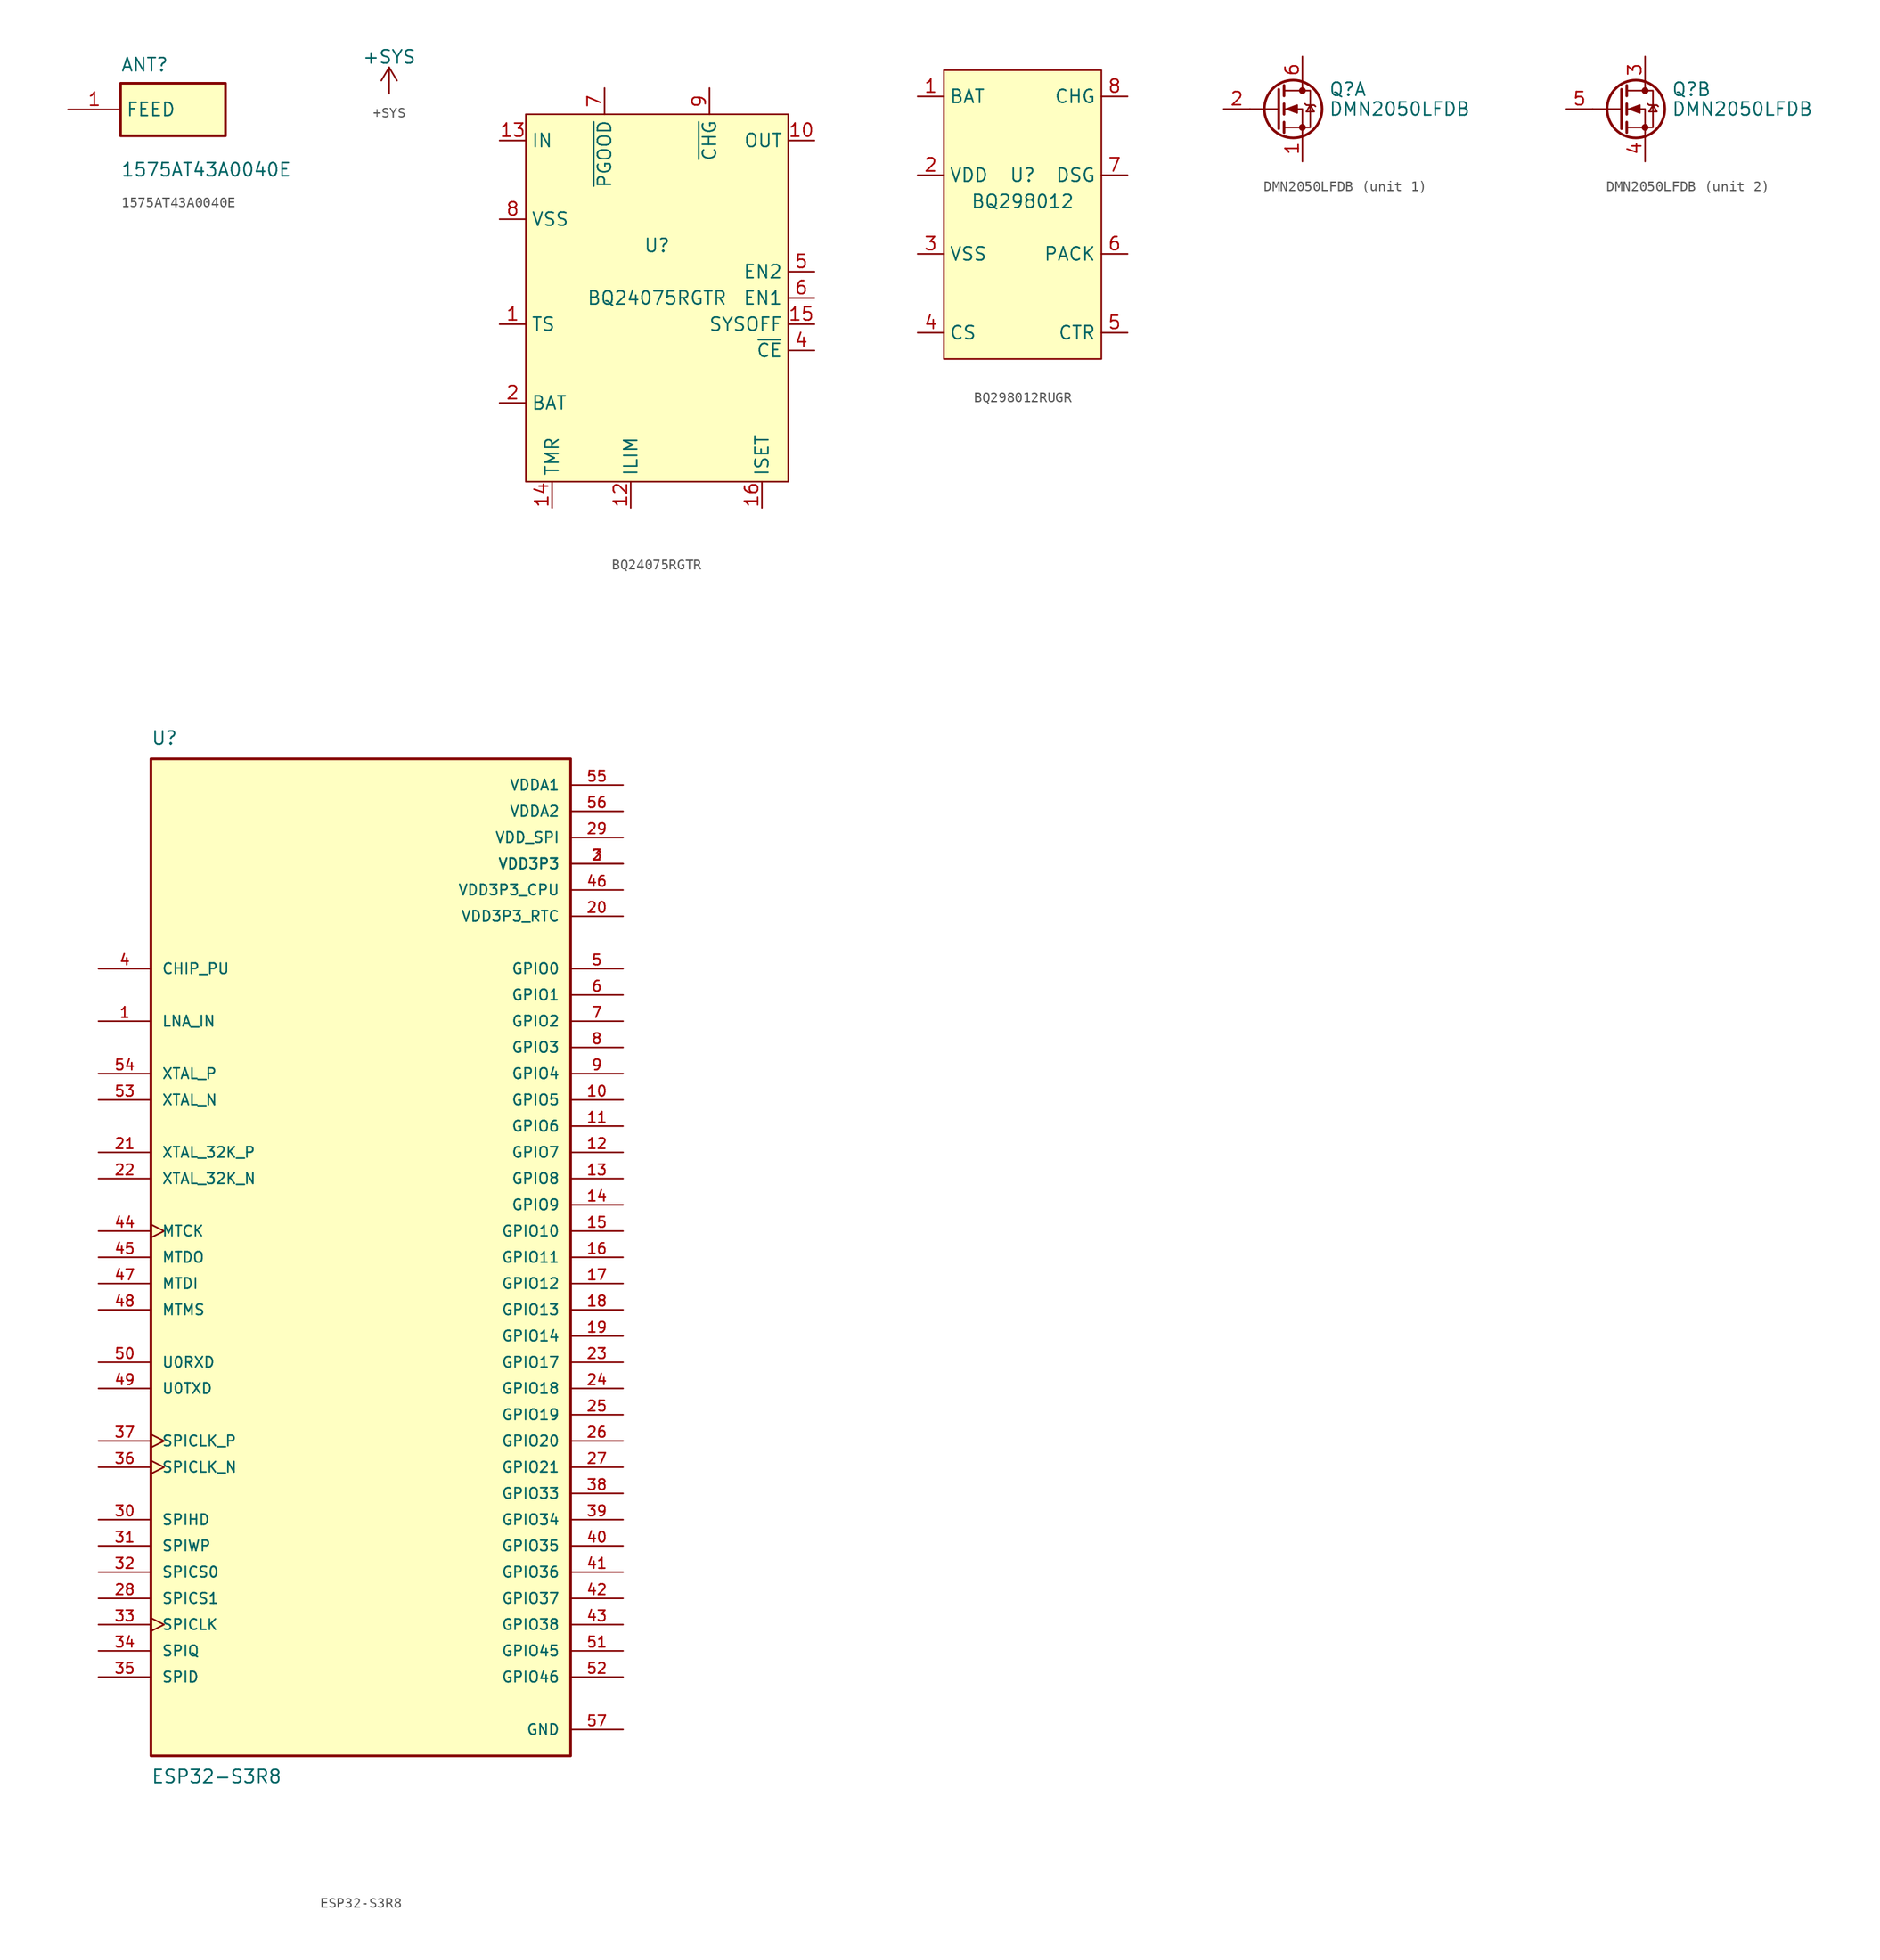
<source format=kicad_sym>
(kicad_symbol_lib
  (version 20220914)
  (generator kicad_symbol_editor)
  (symbol "1575AT43A0040E"
    (property "Reference" "ANT"
      (at -5.08 5.08 0)
      (effects (font (size 1.27 1.27)) (justify left top)))
    (property "Value" "1575AT43A0040E"
      (at -5.08 -5.08 0)
      (effects (font (size 1.27 1.27)) (justify left top)))
    (symbol "1575AT43A0040E_1_1"
      (rectangle (start -5.08 2.54) (end 5.08 -2.54) (stroke (width 0.254) (type default)) (fill (type background)))
      (pin input line (at -10.16 0 0) (length 5.08) (name "FEED" (effects (font (size 1.27 1.27)))) (number "1" (effects (font (size 1.27 1.27)))))
      (pin no_connect line (at 10.16 0 180) (length 5.08) hide (name "NC" (effects (font (size 1.27 1.27)))) (number "2" (effects (font (size 1.27 1.27)))))))
  (symbol "+SYS"
    (power)
    (pin_names
      (offset 0))
    (property "Reference" "#PWR"
      (at 0 -3.81 0)
      (effects (font (size 1.27 1.27)) hide))
    (property "Value" "+SYS"
      (at 0 3.556 0)
      (effects (font (size 1.27 1.27))))
    (symbol "+SYS_0_1"
      (polyline (pts (xy -0.762 1.27) (xy 0 2.54)) (stroke (width 0) (type default)) (fill (type none)))
      (polyline (pts (xy 0 0) (xy 0 2.54)) (stroke (width 0) (type default)) (fill (type none)))
      (polyline (pts (xy 0 2.54) (xy 0.762 1.27)) (stroke (width 0) (type default)) (fill (type none))))
    (symbol "+SYS_1_1"
      (pin power_in line (at 0 0 90) (length 0) hide (name "+SYS" (effects (font (size 1.27 1.27)))) (number "1" (effects (font (size 1.27 1.27)))))))
  (symbol "BQ24075RGTR"
    (property "Reference" "U"
      (at 0 5.08 0)
      (effects (font (size 1.27 1.27))))
    (property "Value" "BQ24075RGTR"
      (at 0 0 0)
      (effects (font (size 1.27 1.27))))
    (symbol "BQ24075RGTR_0_1"
      (rectangle (start -12.7 17.78) (end 12.7 -17.78) (stroke (width 0) (type default)) (fill (type background))))
    (symbol "BQ24075RGTR_1_1"
      (pin input line (at -15.24 -2.54 0) (length 2.54) (name "TS" (effects (font (size 1.27 1.27)))) (number "1" (effects (font (size 1.27 1.27)))))
      (pin power_out line (at 15.24 15.24 180) (length 2.54) (name "OUT" (effects (font (size 1.27 1.27)))) (number "10" (effects (font (size 1.27 1.27)))))
      (pin power_out line (at 15.24 15.24 180) (length 2.54) hide (name "OUT" (effects (font (size 1.27 1.27)))) (number "11" (effects (font (size 1.27 1.27)))))
      (pin input line (at -2.54 -20.32 90) (length 2.54) (name "ILIM" (effects (font (size 1.27 1.27)))) (number "12" (effects (font (size 1.27 1.27)))))
      (pin power_in line (at -15.24 15.24 0) (length 2.54) (name "IN" (effects (font (size 1.27 1.27)))) (number "13" (effects (font (size 1.27 1.27)))))
      (pin input line (at -10.16 -20.32 90) (length 2.54) (name "TMR" (effects (font (size 1.27 1.27)))) (number "14" (effects (font (size 1.27 1.27)))))
      (pin input line (at 15.24 -2.54 180) (length 2.54) (name "SYSOFF" (effects (font (size 1.27 1.27)))) (number "15" (effects (font (size 1.27 1.27)))))
      (pin bidirectional line (at 10.16 -20.32 90) (length 2.54) (name "ISET" (effects (font (size 1.27 1.27)))) (number "16" (effects (font (size 1.27 1.27)))))
      (pin power_in line (at -15.24 7.62 0) (length 2.54) hide (name "EP" (effects (font (size 1.27 1.27)))) (number "17" (effects (font (size 1.27 1.27)))))
      (pin power_in line (at -15.24 -10.16 0) (length 2.54) (name "BAT" (effects (font (size 1.27 1.27)))) (number "2" (effects (font (size 1.27 1.27)))))
      (pin power_in line (at -15.24 -10.16 0) (length 2.54) hide (name "BAT" (effects (font (size 1.27 1.27)))) (number "3" (effects (font (size 1.27 1.27)))))
      (pin input line (at 15.24 -5.08 180) (length 2.54) (name "~{CE}" (effects (font (size 1.27 1.27)))) (number "4" (effects (font (size 1.27 1.27)))))
      (pin input line (at 15.24 2.54 180) (length 2.54) (name "EN2" (effects (font (size 1.27 1.27)))) (number "5" (effects (font (size 1.27 1.27)))))
      (pin input line (at 15.24 0 180) (length 2.54) (name "EN1" (effects (font (size 1.27 1.27)))) (number "6" (effects (font (size 1.27 1.27)))))
      (pin open_collector line (at -5.08 20.32 270) (length 2.54) (name "~{PGOOD}" (effects (font (size 1.27 1.27)))) (number "7" (effects (font (size 1.27 1.27)))))
      (pin power_in line (at -15.24 7.62 0) (length 2.54) (name "VSS" (effects (font (size 1.27 1.27)))) (number "8" (effects (font (size 1.27 1.27)))))
      (pin open_collector line (at 5.08 20.32 270) (length 2.54) (name "~{CHG}" (effects (font (size 1.27 1.27)))) (number "9" (effects (font (size 1.27 1.27)))))))
  (symbol "BQ298012RUGR"
    (property "Reference" "U"
      (at 0 2.54 0)
      (effects (font (size 1.27 1.27))))
    (property "Value" "BQ298012"
      (at 0 0 0)
      (effects (font (size 1.27 1.27))))
    (symbol "BQ298012RUGR_0_1"
      (rectangle (start -7.62 12.7) (end 7.62 -15.24) (stroke (width 0) (type default)) (fill (type background))))
    (symbol "BQ298012RUGR_1_1"
      (pin input line (at -10.16 10.16 0) (length 2.54) (name "BAT" (effects (font (size 1.27 1.27)))) (number "1" (effects (font (size 1.27 1.27)))))
      (pin power_in line (at -10.16 2.54 0) (length 2.54) (name "VDD" (effects (font (size 1.27 1.27)))) (number "2" (effects (font (size 1.27 1.27)))))
      (pin power_in line (at -10.16 -5.08 0) (length 2.54) (name "VSS" (effects (font (size 1.27 1.27)))) (number "3" (effects (font (size 1.27 1.27)))))
      (pin input line (at -10.16 -12.7 0) (length 2.54) (name "CS" (effects (font (size 1.27 1.27)))) (number "4" (effects (font (size 1.27 1.27)))))
      (pin input line (at 10.16 -12.7 180) (length 2.54) (name "CTR" (effects (font (size 1.27 1.27)))) (number "5" (effects (font (size 1.27 1.27)))))
      (pin input line (at 10.16 -5.08 180) (length 2.54) (name "PACK" (effects (font (size 1.27 1.27)))) (number "6" (effects (font (size 1.27 1.27)))))
      (pin output line (at 10.16 2.54 180) (length 2.54) (name "DSG" (effects (font (size 1.27 1.27)))) (number "7" (effects (font (size 1.27 1.27)))))
      (pin output line (at 10.16 10.16 180) (length 2.54) (name "CHG" (effects (font (size 1.27 1.27)))) (number "8" (effects (font (size 1.27 1.27)))))))
  (symbol "DMN2050LFDB"
    (pin_names hide)
    (property "Reference" "Q"
      (at 5.08 1.905 0)
      (effects (font (size 1.27 1.27)) (justify left)))
    (property "Value" "DMN2050LFDB"
      (at 5.08 0 0)
      (effects (font (size 1.27 1.27)) (justify left)))
    (symbol "DMN2050LFDB_0_1"
      (polyline (pts (xy 0.254 0) (xy -2.54 0)) (stroke (width 0) (type default)) (fill (type none)))
      (polyline (pts (xy 0.254 1.905) (xy 0.254 -1.905)) (stroke (width 0.254) (type default)) (fill (type none)))
      (polyline (pts (xy 0.762 -1.27) (xy 0.762 -2.286)) (stroke (width 0.254) (type default)) (fill (type none)))
      (polyline (pts (xy 0.762 0.508) (xy 0.762 -0.508)) (stroke (width 0.254) (type default)) (fill (type none)))
      (polyline (pts (xy 0.762 2.286) (xy 0.762 1.27)) (stroke (width 0.254) (type default)) (fill (type none)))
      (polyline (pts (xy 2.54 2.54) (xy 2.54 1.778)) (stroke (width 0) (type default)) (fill (type none)))
      (polyline (pts (xy 2.54 -2.54) (xy 2.54 0) (xy 0.762 0)) (stroke (width 0) (type default)) (fill (type none)))
      (polyline (pts (xy 0.762 -1.778) (xy 3.302 -1.778) (xy 3.302 1.778) (xy 0.762 1.778)) (stroke (width 0) (type default)) (fill (type none)))
      (polyline (pts (xy 1.016 0) (xy 2.032 0.381) (xy 2.032 -0.381) (xy 1.016 0)) (stroke (width 0) (type default)) (fill (type outline)))
      (polyline (pts (xy 2.794 0.508) (xy 2.921 0.381) (xy 3.683 0.381) (xy 3.81 0.254)) (stroke (width 0) (type default)) (fill (type none)))
      (polyline (pts (xy 3.302 0.381) (xy 2.921 -0.254) (xy 3.683 -0.254) (xy 3.302 0.381)) (stroke (width 0) (type default)) (fill (type none)))
      (circle (center 1.651 0) (radius 2.794) (stroke (width 0.254) (type default)) (fill (type none)))
      (circle (center 2.54 -1.778) (radius 0.254) (stroke (width 0) (type default)) (fill (type outline)))
      (circle (center 2.54 1.778) (radius 0.254) (stroke (width 0) (type default)) (fill (type outline))))
    (symbol "DMN2050LFDB_1_1"
      (pin passive line (at 2.54 -5.08 90) (length 2.54) (name "S" (effects (font (size 1.27 1.27)))) (number "1" (effects (font (size 1.27 1.27)))))
      (pin passive line (at -5.08 0 0) (length 2.54) (name "G" (effects (font (size 1.27 1.27)))) (number "2" (effects (font (size 1.27 1.27)))))
      (pin passive line (at 2.54 5.08 270) (length 2.54) (name "D" (effects (font (size 1.27 1.27)))) (number "6" (effects (font (size 1.27 1.27))))))
    (symbol "DMN2050LFDB_2_1"
      (pin passive line (at 2.54 5.08 270) (length 2.54) (name "D" (effects (font (size 1.27 1.27)))) (number "3" (effects (font (size 1.27 1.27)))))
      (pin passive line (at 2.54 -5.08 90) (length 2.54) (name "S" (effects (font (size 1.27 1.27)))) (number "4" (effects (font (size 1.27 1.27)))))
      (pin passive line (at -5.08 0 0) (length 2.54) (name "G" (effects (font (size 1.27 1.27)))) (number "5" (effects (font (size 1.27 1.27)))))))
  (symbol "ESP32-S3R8"
    (pin_names
      (offset 1.016))
    (property "Reference" "U"
      (at -20.32 49.53 0)
      (effects (font (size 1.27 1.27)) (justify left bottom)))
    (property "Value" "ESP32-S3R8"
      (at -20.32 -49.53 0)
      (effects (font (size 1.27 1.27)) (justify left top)))
    (symbol "ESP32-S3R8_0_0"
      (rectangle (start -20.32 -48.26) (end 20.32 48.26) (stroke (width 0.254) (type default)) (fill (type background)))
      (pin bidirectional line (at -25.4 22.86 0) (length 5.08) (name "LNA_IN" (effects (font (size 1.016 1.016)))) (number "1" (effects (font (size 1.016 1.016)))))
      (pin bidirectional line (at 25.4 15.24 180) (length 5.08) (name "GPIO5" (effects (font (size 1.016 1.016)))) (number "10" (effects (font (size 1.016 1.016)))))
      (pin bidirectional line (at 25.4 12.7 180) (length 5.08) (name "GPIO6" (effects (font (size 1.016 1.016)))) (number "11" (effects (font (size 1.016 1.016)))))
      (pin bidirectional line (at 25.4 10.16 180) (length 5.08) (name "GPIO7" (effects (font (size 1.016 1.016)))) (number "12" (effects (font (size 1.016 1.016)))))
      (pin bidirectional line (at 25.4 7.62 180) (length 5.08) (name "GPIO8" (effects (font (size 1.016 1.016)))) (number "13" (effects (font (size 1.016 1.016)))))
      (pin bidirectional line (at 25.4 5.08 180) (length 5.08) (name "GPIO9" (effects (font (size 1.016 1.016)))) (number "14" (effects (font (size 1.016 1.016)))))
      (pin bidirectional line (at 25.4 2.54 180) (length 5.08) (name "GPIO10" (effects (font (size 1.016 1.016)))) (number "15" (effects (font (size 1.016 1.016)))))
      (pin bidirectional line (at 25.4 0 180) (length 5.08) (name "GPIO11" (effects (font (size 1.016 1.016)))) (number "16" (effects (font (size 1.016 1.016)))))
      (pin bidirectional line (at 25.4 -2.54 180) (length 5.08) (name "GPIO12" (effects (font (size 1.016 1.016)))) (number "17" (effects (font (size 1.016 1.016)))))
      (pin bidirectional line (at 25.4 -5.08 180) (length 5.08) (name "GPIO13" (effects (font (size 1.016 1.016)))) (number "18" (effects (font (size 1.016 1.016)))))
      (pin bidirectional line (at 25.4 -7.62 180) (length 5.08) (name "GPIO14" (effects (font (size 1.016 1.016)))) (number "19" (effects (font (size 1.016 1.016)))))
      (pin power_in line (at 25.4 38.1 180) (length 5.08) (name "VDD3P3" (effects (font (size 1.016 1.016)))) (number "2" (effects (font (size 1.016 1.016)))))
      (pin power_in line (at 25.4 33.02 180) (length 5.08) (name "VDD3P3_RTC" (effects (font (size 1.016 1.016)))) (number "20" (effects (font (size 1.016 1.016)))))
      (pin bidirectional line (at -25.4 10.16 0) (length 5.08) (name "XTAL_32K_P" (effects (font (size 1.016 1.016)))) (number "21" (effects (font (size 1.016 1.016)))))
      (pin bidirectional line (at -25.4 7.62 0) (length 5.08) (name "XTAL_32K_N" (effects (font (size 1.016 1.016)))) (number "22" (effects (font (size 1.016 1.016)))))
      (pin bidirectional line (at 25.4 -10.16 180) (length 5.08) (name "GPIO17" (effects (font (size 1.016 1.016)))) (number "23" (effects (font (size 1.016 1.016)))))
      (pin bidirectional line (at 25.4 -12.7 180) (length 5.08) (name "GPIO18" (effects (font (size 1.016 1.016)))) (number "24" (effects (font (size 1.016 1.016)))))
      (pin bidirectional line (at 25.4 -15.24 180) (length 5.08) (name "GPIO19" (effects (font (size 1.016 1.016)))) (number "25" (effects (font (size 1.016 1.016)))))
      (pin bidirectional line (at 25.4 -17.78 180) (length 5.08) (name "GPIO20" (effects (font (size 1.016 1.016)))) (number "26" (effects (font (size 1.016 1.016)))))
      (pin bidirectional line (at 25.4 -20.32 180) (length 5.08) (name "GPIO21" (effects (font (size 1.016 1.016)))) (number "27" (effects (font (size 1.016 1.016)))))
      (pin bidirectional line (at -25.4 -33.02 0) (length 5.08) (name "SPICS1" (effects (font (size 1.016 1.016)))) (number "28" (effects (font (size 1.016 1.016)))))
      (pin power_in line (at 25.4 40.64 180) (length 5.08) (name "VDD_SPI" (effects (font (size 1.016 1.016)))) (number "29" (effects (font (size 1.016 1.016)))))
      (pin power_in line (at 25.4 38.1 180) (length 5.08) (name "VDD3P3" (effects (font (size 1.016 1.016)))) (number "3" (effects (font (size 1.016 1.016)))))
      (pin bidirectional line (at -25.4 -25.4 0) (length 5.08) (name "SPIHD" (effects (font (size 1.016 1.016)))) (number "30" (effects (font (size 1.016 1.016)))))
      (pin bidirectional line (at -25.4 -27.94 0) (length 5.08) (name "SPIWP" (effects (font (size 1.016 1.016)))) (number "31" (effects (font (size 1.016 1.016)))))
      (pin bidirectional line (at -25.4 -30.48 0) (length 5.08) (name "SPICS0" (effects (font (size 1.016 1.016)))) (number "32" (effects (font (size 1.016 1.016)))))
      (pin bidirectional clock (at -25.4 -35.56 0) (length 5.08) (name "SPICLK" (effects (font (size 1.016 1.016)))) (number "33" (effects (font (size 1.016 1.016)))))
      (pin bidirectional line (at -25.4 -38.1 0) (length 5.08) (name "SPIQ" (effects (font (size 1.016 1.016)))) (number "34" (effects (font (size 1.016 1.016)))))
      (pin bidirectional line (at -25.4 -40.64 0) (length 5.08) (name "SPID" (effects (font (size 1.016 1.016)))) (number "35" (effects (font (size 1.016 1.016)))))
      (pin bidirectional clock (at -25.4 -20.32 0) (length 5.08) (name "SPICLK_N" (effects (font (size 1.016 1.016)))) (number "36" (effects (font (size 1.016 1.016)))))
      (pin bidirectional clock (at -25.4 -17.78 0) (length 5.08) (name "SPICLK_P" (effects (font (size 1.016 1.016)))) (number "37" (effects (font (size 1.016 1.016)))))
      (pin bidirectional line (at 25.4 -22.86 180) (length 5.08) (name "GPIO33" (effects (font (size 1.016 1.016)))) (number "38" (effects (font (size 1.016 1.016)))))
      (pin bidirectional line (at 25.4 -25.4 180) (length 5.08) (name "GPIO34" (effects (font (size 1.016 1.016)))) (number "39" (effects (font (size 1.016 1.016)))))
      (pin input line (at -25.4 27.94 0) (length 5.08) (name "CHIP_PU" (effects (font (size 1.016 1.016)))) (number "4" (effects (font (size 1.016 1.016)))))
      (pin bidirectional line (at 25.4 -27.94 180) (length 5.08) (name "GPIO35" (effects (font (size 1.016 1.016)))) (number "40" (effects (font (size 1.016 1.016)))))
      (pin bidirectional line (at 25.4 -30.48 180) (length 5.08) (name "GPIO36" (effects (font (size 1.016 1.016)))) (number "41" (effects (font (size 1.016 1.016)))))
      (pin bidirectional line (at 25.4 -33.02 180) (length 5.08) (name "GPIO37" (effects (font (size 1.016 1.016)))) (number "42" (effects (font (size 1.016 1.016)))))
      (pin bidirectional line (at 25.4 -35.56 180) (length 5.08) (name "GPIO38" (effects (font (size 1.016 1.016)))) (number "43" (effects (font (size 1.016 1.016)))))
      (pin bidirectional clock (at -25.4 2.54 0) (length 5.08) (name "MTCK" (effects (font (size 1.016 1.016)))) (number "44" (effects (font (size 1.016 1.016)))))
      (pin bidirectional line (at -25.4 0 0) (length 5.08) (name "MTDO" (effects (font (size 1.016 1.016)))) (number "45" (effects (font (size 1.016 1.016)))))
      (pin power_in line (at 25.4 35.56 180) (length 5.08) (name "VDD3P3_CPU" (effects (font (size 1.016 1.016)))) (number "46" (effects (font (size 1.016 1.016)))))
      (pin bidirectional line (at -25.4 -2.54 0) (length 5.08) (name "MTDI" (effects (font (size 1.016 1.016)))) (number "47" (effects (font (size 1.016 1.016)))))
      (pin bidirectional line (at -25.4 -5.08 0) (length 5.08) (name "MTMS" (effects (font (size 1.016 1.016)))) (number "48" (effects (font (size 1.016 1.016)))))
      (pin bidirectional line (at -25.4 -12.7 0) (length 5.08) (name "U0TXD" (effects (font (size 1.016 1.016)))) (number "49" (effects (font (size 1.016 1.016)))))
      (pin bidirectional line (at 25.4 27.94 180) (length 5.08) (name "GPIO0" (effects (font (size 1.016 1.016)))) (number "5" (effects (font (size 1.016 1.016)))))
      (pin bidirectional line (at -25.4 -10.16 0) (length 5.08) (name "U0RXD" (effects (font (size 1.016 1.016)))) (number "50" (effects (font (size 1.016 1.016)))))
      (pin bidirectional line (at 25.4 -38.1 180) (length 5.08) (name "GPIO45" (effects (font (size 1.016 1.016)))) (number "51" (effects (font (size 1.016 1.016)))))
      (pin bidirectional line (at 25.4 -40.64 180) (length 5.08) (name "GPIO46" (effects (font (size 1.016 1.016)))) (number "52" (effects (font (size 1.016 1.016)))))
      (pin output line (at -25.4 15.24 0) (length 5.08) (name "XTAL_N" (effects (font (size 1.016 1.016)))) (number "53" (effects (font (size 1.016 1.016)))))
      (pin input line (at -25.4 17.78 0) (length 5.08) (name "XTAL_P" (effects (font (size 1.016 1.016)))) (number "54" (effects (font (size 1.016 1.016)))))
      (pin power_in line (at 25.4 45.72 180) (length 5.08) (name "VDDA1" (effects (font (size 1.016 1.016)))) (number "55" (effects (font (size 1.016 1.016)))))
      (pin power_in line (at 25.4 43.18 180) (length 5.08) (name "VDDA2" (effects (font (size 1.016 1.016)))) (number "56" (effects (font (size 1.016 1.016)))))
      (pin power_in line (at 25.4 -45.72 180) (length 5.08) (name "GND" (effects (font (size 1.016 1.016)))) (number "57" (effects (font (size 1.016 1.016)))))
      (pin bidirectional line (at 25.4 25.4 180) (length 5.08) (name "GPIO1" (effects (font (size 1.016 1.016)))) (number "6" (effects (font (size 1.016 1.016)))))
      (pin bidirectional line (at 25.4 22.86 180) (length 5.08) (name "GPIO2" (effects (font (size 1.016 1.016)))) (number "7" (effects (font (size 1.016 1.016)))))
      (pin bidirectional line (at 25.4 20.32 180) (length 5.08) (name "GPIO3" (effects (font (size 1.016 1.016)))) (number "8" (effects (font (size 1.016 1.016)))))
      (pin bidirectional line (at 25.4 17.78 180) (length 5.08) (name "GPIO4" (effects (font (size 1.016 1.016)))) (number "9" (effects (font (size 1.016 1.016))))))))
</source>
